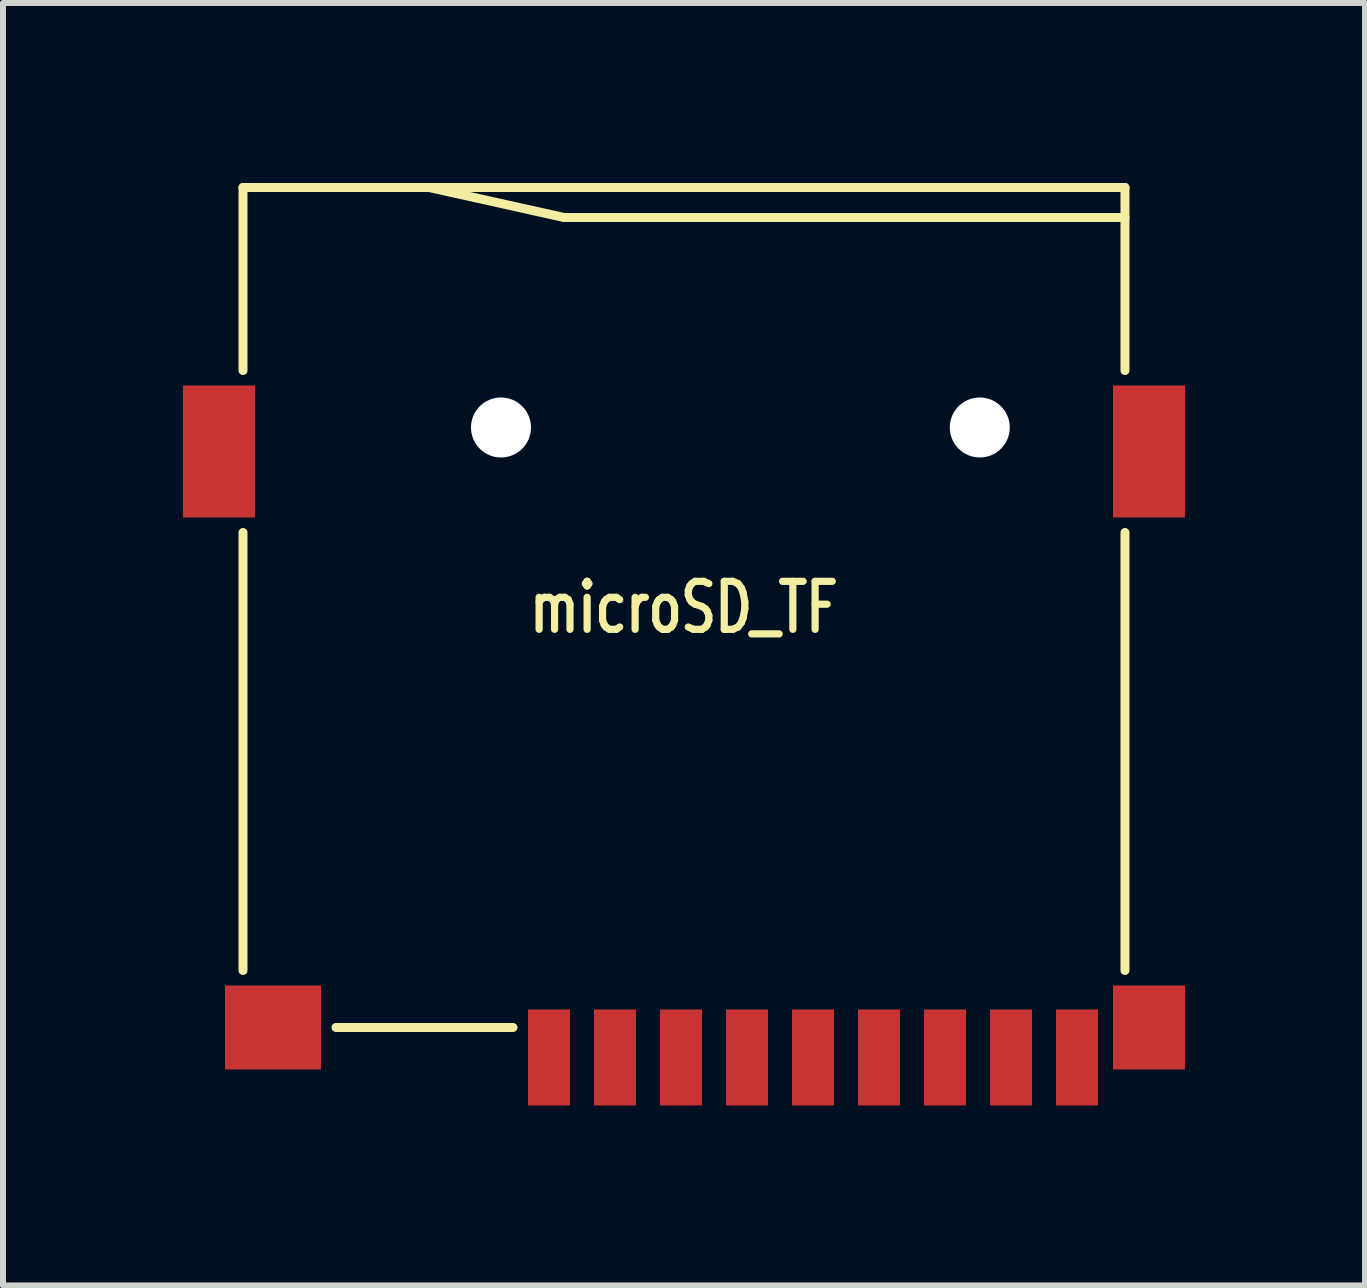
<source format=kicad_pcb>
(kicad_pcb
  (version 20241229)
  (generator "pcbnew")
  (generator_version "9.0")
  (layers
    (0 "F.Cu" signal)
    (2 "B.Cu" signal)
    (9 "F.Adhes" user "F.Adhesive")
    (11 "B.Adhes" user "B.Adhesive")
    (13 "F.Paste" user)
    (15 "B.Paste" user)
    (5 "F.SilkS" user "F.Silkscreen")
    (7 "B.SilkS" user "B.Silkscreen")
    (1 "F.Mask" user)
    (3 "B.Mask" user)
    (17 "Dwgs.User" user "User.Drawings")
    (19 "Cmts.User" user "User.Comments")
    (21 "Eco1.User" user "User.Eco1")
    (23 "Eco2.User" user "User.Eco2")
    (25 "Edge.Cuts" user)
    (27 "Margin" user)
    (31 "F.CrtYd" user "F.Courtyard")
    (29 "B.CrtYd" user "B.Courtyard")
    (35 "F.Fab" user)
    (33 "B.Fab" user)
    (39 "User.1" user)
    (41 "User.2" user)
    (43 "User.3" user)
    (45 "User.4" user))
  (footprint "microSD_TF"
    (layer "F.Cu")
    (at 8.35 7.075)
    (property "Reference" "microSD_TF" (at 0 0 180) (layer "F.SilkS") (effects (font (size 0.8 0.6) (thickness 0.12))))
    (attr smd)
    (fp_line (start -7.35 -7) (end -7.35 -3.95) (stroke (width 0.15) (type solid)) (layer "F.SilkS"))
    (fp_line (start -7.35 -7) (end 7.35 -7) (stroke (width 0.15) (type solid)) (layer "F.SilkS"))
    (fp_line (start -7.35 -1.25) (end -7.35 6.05) (stroke (width 0.15) (type solid)) (layer "F.SilkS"))
    (fp_line (start -5.8 7) (end -2.85 7) (stroke (width 0.15) (type solid)) (layer "F.SilkS"))
    (fp_line (start -2 -6.5) (end -4.25 -7) (stroke (width 0.15) (type solid)) (layer "F.SilkS"))
    (fp_line (start 7.35 -6.5) (end -2 -6.5) (stroke (width 0.15) (type solid)) (layer "F.SilkS"))
    (fp_line (start 7.35 -3.95) (end 7.35 -7) (stroke (width 0.15) (type solid)) (layer "F.SilkS"))
    (fp_line (start 7.35 6.05) (end 7.35 -1.25) (stroke (width 0.15) (type solid)) (layer "F.SilkS"))
    (pad "" np_thru_hole circle (at -3.05 -3) (size 1 1) (drill 1) (layers "*.Cu" "*.Mask"))
    (pad "" np_thru_hole circle (at 4.93 -3) (size 1 1) (drill 1) (layers "*.Cu" "*.Mask"))
    (pad "" smd rect (at 6.55 7.5) (size 0.7 1.6) (layers "F.Cu" "F.Mask" "F.Paste"))
    (pad "1" smd rect (at -2.25 7.5) (size 0.7 1.6) (layers "F.Cu" "F.Mask" "F.Paste"))
    (pad "2" smd rect (at -1.15 7.5) (size 0.7 1.6) (layers "F.Cu" "F.Mask" "F.Paste"))
    (pad "3" smd rect (at -0.05 7.5) (size 0.7 1.6) (layers "F.Cu" "F.Mask" "F.Paste"))
    (pad "4" smd rect (at 1.05 7.5) (size 0.7 1.6) (layers "F.Cu" "F.Mask" "F.Paste"))
    (pad "5" smd rect (at 2.15 7.5) (size 0.7 1.6) (layers "F.Cu" "F.Mask" "F.Paste"))
    (pad "6" smd rect (at 3.25 7.5) (size 0.7 1.6) (layers "F.Cu" "F.Mask" "F.Paste"))
    (pad "7" smd rect (at 4.35 7.5) (size 0.7 1.6) (layers "F.Cu" "F.Mask" "F.Paste"))
    (pad "8" smd rect (at 5.45 7.5) (size 0.7 1.6) (layers "F.Cu" "F.Mask" "F.Paste"))
    (pad "9" smd rect (at -7.75 -2.6) (size 1.2 2.2) (layers "F.Cu" "F.Mask" "F.Paste"))
    (pad "9" smd rect (at -6.85 7) (size 1.6 1.4) (layers "F.Cu" "F.Mask" "F.Paste"))
    (pad "9" smd rect (at 7.75 -2.6) (size 1.2 2.2) (layers "F.Cu" "F.Mask" "F.Paste"))
    (pad "9" smd rect (at 7.75 7) (size 1.2 1.4) (layers "F.Cu" "F.Mask" "F.Paste")))
  (gr_rect
    (start -3 -3)
    (end 19.7 18.375)
    (stroke (width 0.1) (type default))
    (fill no)
    (layer "Edge.Cuts")))
</source>
